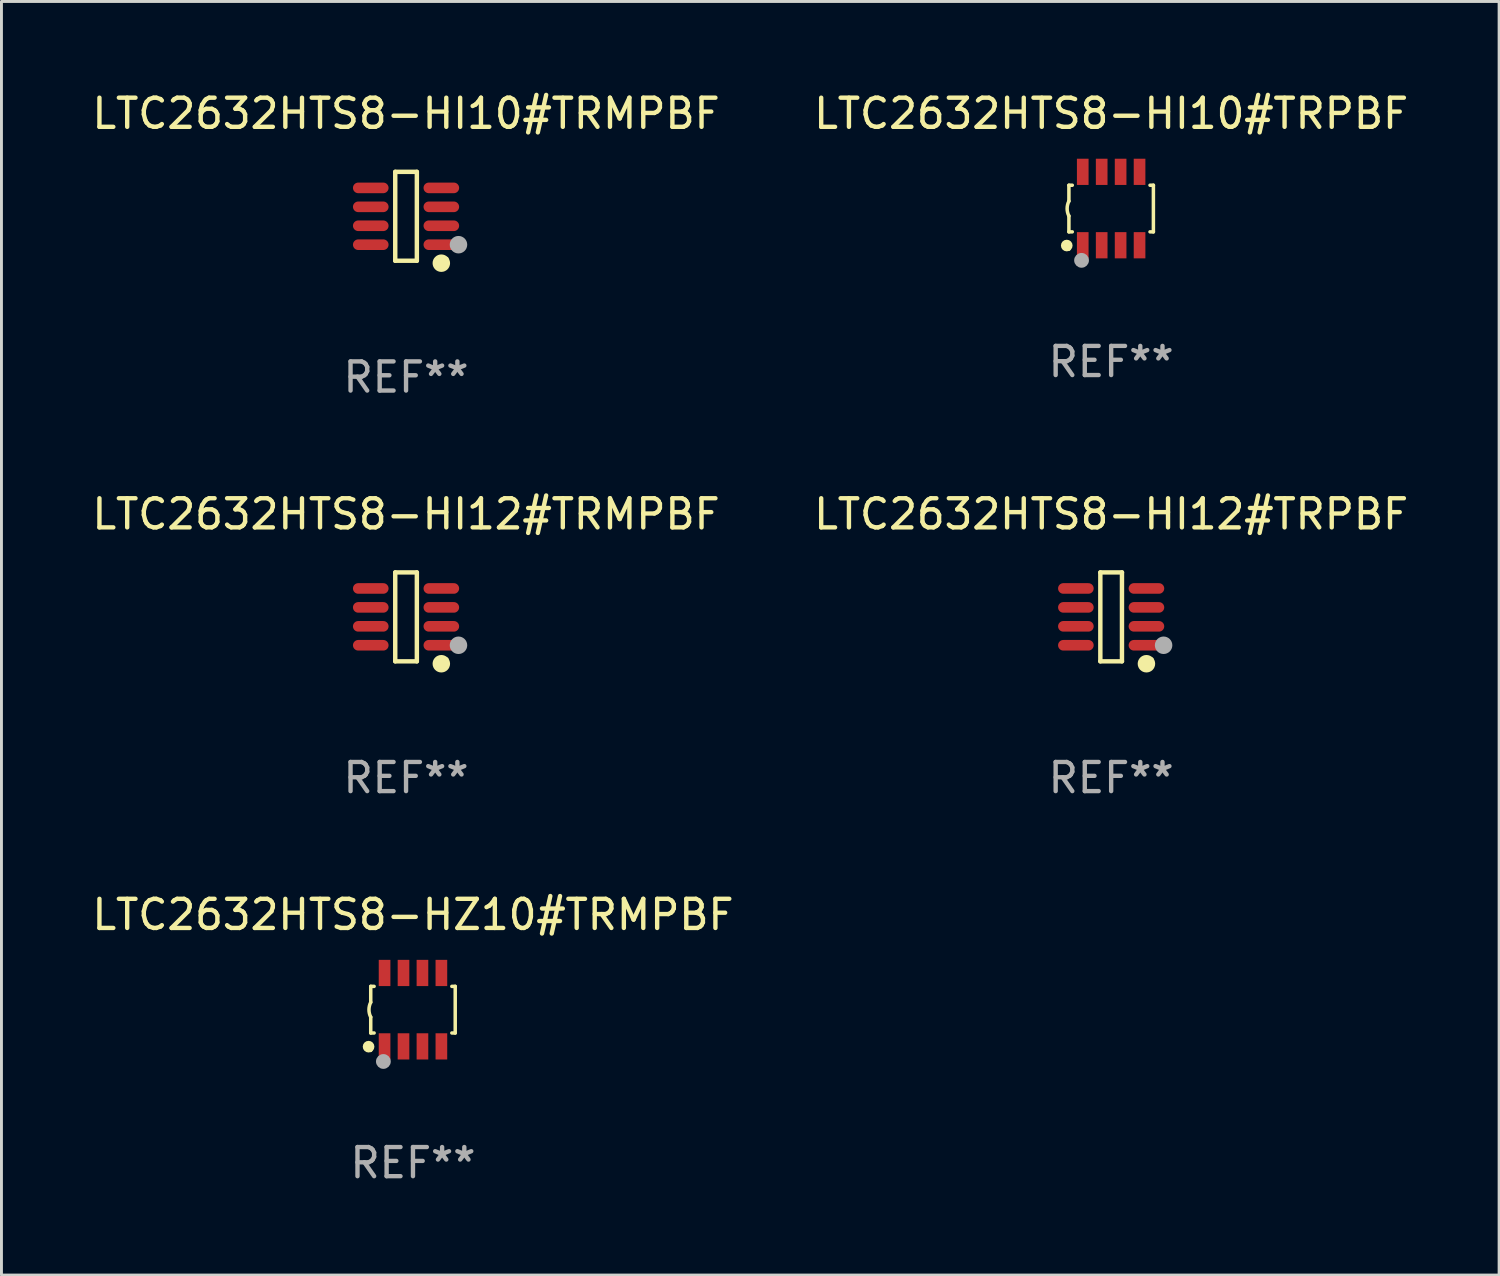
<source format=kicad_pcb>
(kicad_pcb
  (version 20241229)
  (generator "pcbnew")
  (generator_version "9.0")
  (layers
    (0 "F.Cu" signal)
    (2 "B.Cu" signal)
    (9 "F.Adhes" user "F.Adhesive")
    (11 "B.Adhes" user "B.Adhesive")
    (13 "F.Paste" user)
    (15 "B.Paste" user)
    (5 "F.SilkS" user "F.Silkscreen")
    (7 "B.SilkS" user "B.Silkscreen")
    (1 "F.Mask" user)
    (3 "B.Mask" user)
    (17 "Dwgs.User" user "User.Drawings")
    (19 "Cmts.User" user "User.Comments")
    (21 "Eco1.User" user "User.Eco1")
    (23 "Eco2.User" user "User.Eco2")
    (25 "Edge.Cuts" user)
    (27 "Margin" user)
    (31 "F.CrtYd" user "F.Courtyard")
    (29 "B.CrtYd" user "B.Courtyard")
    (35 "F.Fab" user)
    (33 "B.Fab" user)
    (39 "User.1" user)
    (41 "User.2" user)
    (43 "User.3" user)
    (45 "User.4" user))
  (footprint "LTC2632HTS8-HI12#TRMPBF"
    (layer "F.Cu")
    (at 10.887 18.123)
    (property "Reference" "LTC2632HTS8-HI12#TRMPBF" (at 0 -3.526 0) (layer "F.SilkS") (effects (font (size 1 1) (thickness 0.15))))
    (attr through_hole)
    (fp_line (start -0.371 -1.526) (end 0.371 -1.526) (stroke (width 0.152) (type solid)) (layer "F.SilkS"))
    (fp_line (start -0.371 1.526) (end -0.371 -1.526) (stroke (width 0.152) (type solid)) (layer "F.SilkS"))
    (fp_line (start 0.371 -1.526) (end 0.371 1.526) (stroke (width 0.152) (type solid)) (layer "F.SilkS"))
    (fp_line (start 0.371 1.526) (end -0.371 1.526) (stroke (width 0.152) (type solid)) (layer "F.SilkS"))
    (fp_circle (center 1.211 1.609) (end 1.361 1.609) (stroke (width 0.3) (type solid)) (fill no) (layer "F.SilkS"))
    (fp_circle (center 1.4 1.45) (end 1.43 1.45) (stroke (width 0.06) (type solid)) (fill no) (layer "F.SilkS"))
    (fp_circle (center 1.8 0.975) (end 1.95 0.975) (stroke (width 0.3) (type solid)) (fill no) (layer "F.Fab"))
    (fp_text user "REF**" (at 0 5.526 0) (layer "F.Fab") (effects (font (size 1 1) (thickness 0.15))))
    (pad "1" smd oval (at 1.211 0.975) (size 1.222 0.364) (layers "F.Cu" "F.Mask" "F.Paste"))
    (pad "2" smd oval (at 1.211 0.325) (size 1.222 0.364) (layers "F.Cu" "F.Mask" "F.Paste"))
    (pad "3" smd oval (at 1.211 -0.325) (size 1.222 0.364) (layers "F.Cu" "F.Mask" "F.Paste"))
    (pad "4" smd oval (at 1.211 -0.975) (size 1.222 0.364) (layers "F.Cu" "F.Mask" "F.Paste"))
    (pad "5" smd oval (at -1.211 -0.975) (size 1.222 0.364) (layers "F.Cu" "F.Mask" "F.Paste"))
    (pad "6" smd oval (at -1.211 -0.325) (size 1.222 0.364) (layers "F.Cu" "F.Mask" "F.Paste"))
    (pad "7" smd oval (at -1.211 0.325) (size 1.222 0.364) (layers "F.Cu" "F.Mask" "F.Paste"))
    (pad "8" smd oval (at -1.211 0.975) (size 1.222 0.364) (layers "F.Cu" "F.Mask" "F.Paste")))
  (footprint "LTC2632HTS8-HZ10#TRMPBF"
    (layer "F.Cu")
    (at 11.125 31.606)
    (property "Reference" "LTC2632HTS8-HZ10#TRMPBF" (at 0 -3.26 0) (layer "F.SilkS") (effects (font (size 1 1) (thickness 0.15))))
    (attr through_hole)
    (fp_line (start -1.45 -0.8) (end -1.45 -0.254) (stroke (width 0.12) (type solid)) (layer "F.SilkS"))
    (fp_line (start -1.45 -0.8) (end -1.334 -0.8) (stroke (width 0.12) (type solid)) (layer "F.SilkS"))
    (fp_line (start -1.45 0.8) (end -1.45 0.254) (stroke (width 0.12) (type solid)) (layer "F.SilkS"))
    (fp_line (start -1.45 0.8) (end -1.334 0.8) (stroke (width 0.12) (type solid)) (layer "F.SilkS"))
    (fp_line (start 1.334 -0.8) (end 1.45 -0.8) (stroke (width 0.12) (type solid)) (layer "F.SilkS"))
    (fp_line (start 1.334 0.8) (end 1.45 0.8) (stroke (width 0.12) (type solid)) (layer "F.SilkS"))
    (fp_line (start 1.45 0.8) (end 1.45 -0.8) (stroke (width 0.12) (type solid)) (layer "F.SilkS"))
    (fp_arc (start -1.45075 0.255144) (mid -1.510605 0.000434) (end -1.450013 -0.254102) (stroke (width 0.11999) (type solid)) (layer "F.SilkS"))
    (fp_circle (center -1.524 1.27) (end -1.424 1.27) (stroke (width 0.2) (type solid)) (fill no) (layer "F.SilkS"))
    (fp_circle (center -1.45 1.4) (end -1.42 1.4) (stroke (width 0.06) (type solid)) (fill no) (layer "F.SilkS"))
    (fp_circle (center -1.016 1.778) (end -0.889 1.778) (stroke (width 0.254) (type solid)) (fill no) (layer "F.Fab"))
    (fp_text user "REF**" (at 0 5.26 0) (layer "F.Fab") (effects (font (size 1 1) (thickness 0.15))))
    (pad "1" smd rect (at -0.975 1.26) (size 0.4 0.9) (layers "F.Cu" "F.Mask" "F.Paste"))
    (pad "2" smd rect (at -0.325 1.26) (size 0.4 0.9) (layers "F.Cu" "F.Mask" "F.Paste"))
    (pad "3" smd rect (at 0.325 1.26) (size 0.4 0.9) (layers "F.Cu" "F.Mask" "F.Paste"))
    (pad "4" smd rect (at 0.975 1.26) (size 0.4 0.9) (layers "F.Cu" "F.Mask" "F.Paste"))
    (pad "5" smd rect (at 0.975 -1.26) (size 0.4 0.9) (layers "F.Cu" "F.Mask" "F.Paste"))
    (pad "6" smd rect (at 0.325 -1.26) (size 0.4 0.9) (layers "F.Cu" "F.Mask" "F.Paste"))
    (pad "7" smd rect (at -0.325 -1.26) (size 0.4 0.9) (layers "F.Cu" "F.Mask" "F.Paste"))
    (pad "8" smd rect (at -0.975 -1.26) (size 0.4 0.9) (layers "F.Cu" "F.Mask" "F.Paste")))
  (footprint "LTC2632HTS8-HI12#TRPBF"
    (layer "F.Cu")
    (at 35.089 18.123)
    (property "Reference" "LTC2632HTS8-HI12#TRPBF" (at 0 -3.526 0) (layer "F.SilkS") (effects (font (size 1 1) (thickness 0.15))))
    (attr through_hole)
    (fp_line (start -0.371 -1.526) (end 0.371 -1.526) (stroke (width 0.152) (type solid)) (layer "F.SilkS"))
    (fp_line (start -0.371 1.526) (end -0.371 -1.526) (stroke (width 0.152) (type solid)) (layer "F.SilkS"))
    (fp_line (start 0.371 -1.526) (end 0.371 1.526) (stroke (width 0.152) (type solid)) (layer "F.SilkS"))
    (fp_line (start 0.371 1.526) (end -0.371 1.526) (stroke (width 0.152) (type solid)) (layer "F.SilkS"))
    (fp_circle (center 1.211 1.609) (end 1.361 1.609) (stroke (width 0.3) (type solid)) (fill no) (layer "F.SilkS"))
    (fp_circle (center 1.4 1.45) (end 1.43 1.45) (stroke (width 0.06) (type solid)) (fill no) (layer "F.SilkS"))
    (fp_circle (center 1.8 0.975) (end 1.95 0.975) (stroke (width 0.3) (type solid)) (fill no) (layer "F.Fab"))
    (fp_text user "REF**" (at 0 5.526 0) (layer "F.Fab") (effects (font (size 1 1) (thickness 0.15))))
    (pad "1" smd oval (at 1.211 0.975) (size 1.222 0.364) (layers "F.Cu" "F.Mask" "F.Paste"))
    (pad "2" smd oval (at 1.211 0.325) (size 1.222 0.364) (layers "F.Cu" "F.Mask" "F.Paste"))
    (pad "3" smd oval (at 1.211 -0.325) (size 1.222 0.364) (layers "F.Cu" "F.Mask" "F.Paste"))
    (pad "4" smd oval (at 1.211 -0.975) (size 1.222 0.364) (layers "F.Cu" "F.Mask" "F.Paste"))
    (pad "5" smd oval (at -1.211 -0.975) (size 1.222 0.364) (layers "F.Cu" "F.Mask" "F.Paste"))
    (pad "6" smd oval (at -1.211 -0.325) (size 1.222 0.364) (layers "F.Cu" "F.Mask" "F.Paste"))
    (pad "7" smd oval (at -1.211 0.325) (size 1.222 0.364) (layers "F.Cu" "F.Mask" "F.Paste"))
    (pad "8" smd oval (at -1.211 0.975) (size 1.222 0.364) (layers "F.Cu" "F.Mask" "F.Paste")))
  (footprint "LTC2632HTS8-HI10#TRPBF"
    (layer "F.Cu")
    (at 35.089 4.108)
    (property "Reference" "LTC2632HTS8-HI10#TRPBF" (at 0 -3.26 0) (layer "F.SilkS") (effects (font (size 1 1) (thickness 0.15))))
    (attr through_hole)
    (fp_line (start -1.45 -0.8) (end -1.45 -0.254) (stroke (width 0.12) (type solid)) (layer "F.SilkS"))
    (fp_line (start -1.45 -0.8) (end -1.334 -0.8) (stroke (width 0.12) (type solid)) (layer "F.SilkS"))
    (fp_line (start -1.45 0.8) (end -1.45 0.254) (stroke (width 0.12) (type solid)) (layer "F.SilkS"))
    (fp_line (start -1.45 0.8) (end -1.334 0.8) (stroke (width 0.12) (type solid)) (layer "F.SilkS"))
    (fp_line (start 1.334 -0.8) (end 1.45 -0.8) (stroke (width 0.12) (type solid)) (layer "F.SilkS"))
    (fp_line (start 1.334 0.8) (end 1.45 0.8) (stroke (width 0.12) (type solid)) (layer "F.SilkS"))
    (fp_line (start 1.45 0.8) (end 1.45 -0.8) (stroke (width 0.12) (type solid)) (layer "F.SilkS"))
    (fp_arc (start -1.45075 0.255144) (mid -1.510605 0.000434) (end -1.450013 -0.254102) (stroke (width 0.11999) (type solid)) (layer "F.SilkS"))
    (fp_circle (center -1.524 1.27) (end -1.424 1.27) (stroke (width 0.2) (type solid)) (fill no) (layer "F.SilkS"))
    (fp_circle (center -1.45 1.4) (end -1.42 1.4) (stroke (width 0.06) (type solid)) (fill no) (layer "F.SilkS"))
    (fp_circle (center -1.016 1.778) (end -0.889 1.778) (stroke (width 0.254) (type solid)) (fill no) (layer "F.Fab"))
    (fp_text user "REF**" (at 0 5.26 0) (layer "F.Fab") (effects (font (size 1 1) (thickness 0.15))))
    (pad "1" smd rect (at -0.975 1.26) (size 0.4 0.9) (layers "F.Cu" "F.Mask" "F.Paste"))
    (pad "2" smd rect (at -0.325 1.26) (size 0.4 0.9) (layers "F.Cu" "F.Mask" "F.Paste"))
    (pad "3" smd rect (at 0.325 1.26) (size 0.4 0.9) (layers "F.Cu" "F.Mask" "F.Paste"))
    (pad "4" smd rect (at 0.975 1.26) (size 0.4 0.9) (layers "F.Cu" "F.Mask" "F.Paste"))
    (pad "5" smd rect (at 0.975 -1.26) (size 0.4 0.9) (layers "F.Cu" "F.Mask" "F.Paste"))
    (pad "6" smd rect (at 0.325 -1.26) (size 0.4 0.9) (layers "F.Cu" "F.Mask" "F.Paste"))
    (pad "7" smd rect (at -0.325 -1.26) (size 0.4 0.9) (layers "F.Cu" "F.Mask" "F.Paste"))
    (pad "8" smd rect (at -0.975 -1.26) (size 0.4 0.9) (layers "F.Cu" "F.Mask" "F.Paste")))
  (footprint "LTC2632HTS8-HI10#TRMPBF"
    (layer "F.Cu")
    (at 10.887 4.374)
    (property "Reference" "LTC2632HTS8-HI10#TRMPBF" (at 0 -3.526 0) (layer "F.SilkS") (effects (font (size 1 1) (thickness 0.15))))
    (attr through_hole)
    (fp_line (start -0.371 -1.526) (end 0.371 -1.526) (stroke (width 0.152) (type solid)) (layer "F.SilkS"))
    (fp_line (start -0.371 1.526) (end -0.371 -1.526) (stroke (width 0.152) (type solid)) (layer "F.SilkS"))
    (fp_line (start 0.371 -1.526) (end 0.371 1.526) (stroke (width 0.152) (type solid)) (layer "F.SilkS"))
    (fp_line (start 0.371 1.526) (end -0.371 1.526) (stroke (width 0.152) (type solid)) (layer "F.SilkS"))
    (fp_circle (center 1.211 1.609) (end 1.361 1.609) (stroke (width 0.3) (type solid)) (fill no) (layer "F.SilkS"))
    (fp_circle (center 1.4 1.45) (end 1.43 1.45) (stroke (width 0.06) (type solid)) (fill no) (layer "F.SilkS"))
    (fp_circle (center 1.8 0.975) (end 1.95 0.975) (stroke (width 0.3) (type solid)) (fill no) (layer "F.Fab"))
    (fp_text user "REF**" (at 0 5.526 0) (layer "F.Fab") (effects (font (size 1 1) (thickness 0.15))))
    (pad "1" smd oval (at 1.211 0.975) (size 1.222 0.364) (layers "F.Cu" "F.Mask" "F.Paste"))
    (pad "2" smd oval (at 1.211 0.325) (size 1.222 0.364) (layers "F.Cu" "F.Mask" "F.Paste"))
    (pad "3" smd oval (at 1.211 -0.325) (size 1.222 0.364) (layers "F.Cu" "F.Mask" "F.Paste"))
    (pad "4" smd oval (at 1.211 -0.975) (size 1.222 0.364) (layers "F.Cu" "F.Mask" "F.Paste"))
    (pad "5" smd oval (at -1.211 -0.975) (size 1.222 0.364) (layers "F.Cu" "F.Mask" "F.Paste"))
    (pad "6" smd oval (at -1.211 -0.325) (size 1.222 0.364) (layers "F.Cu" "F.Mask" "F.Paste"))
    (pad "7" smd oval (at -1.211 0.325) (size 1.222 0.364) (layers "F.Cu" "F.Mask" "F.Paste"))
    (pad "8" smd oval (at -1.211 0.975) (size 1.222 0.364) (layers "F.Cu" "F.Mask" "F.Paste")))
  (gr_rect
    (start -3 -3)
    (end 48.405 40.714)
    (stroke (width 0.1) (type default))
    (fill no)
    (layer "Edge.Cuts")))
</source>
